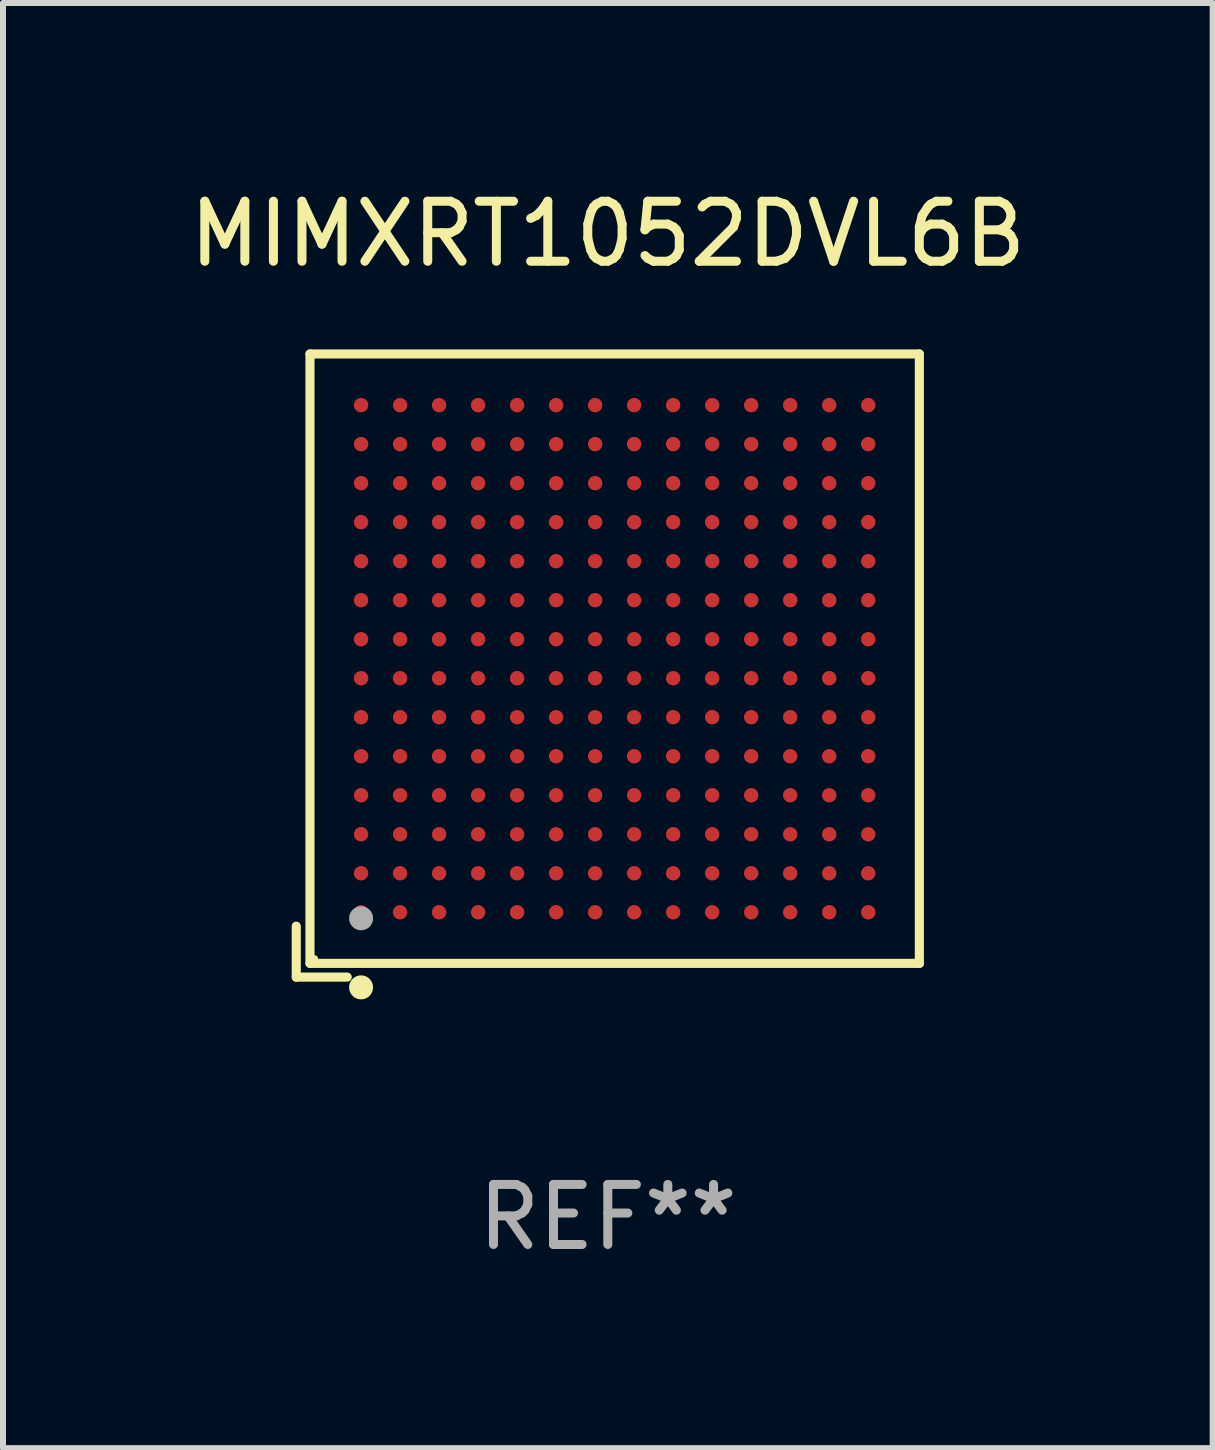
<source format=kicad_pcb>
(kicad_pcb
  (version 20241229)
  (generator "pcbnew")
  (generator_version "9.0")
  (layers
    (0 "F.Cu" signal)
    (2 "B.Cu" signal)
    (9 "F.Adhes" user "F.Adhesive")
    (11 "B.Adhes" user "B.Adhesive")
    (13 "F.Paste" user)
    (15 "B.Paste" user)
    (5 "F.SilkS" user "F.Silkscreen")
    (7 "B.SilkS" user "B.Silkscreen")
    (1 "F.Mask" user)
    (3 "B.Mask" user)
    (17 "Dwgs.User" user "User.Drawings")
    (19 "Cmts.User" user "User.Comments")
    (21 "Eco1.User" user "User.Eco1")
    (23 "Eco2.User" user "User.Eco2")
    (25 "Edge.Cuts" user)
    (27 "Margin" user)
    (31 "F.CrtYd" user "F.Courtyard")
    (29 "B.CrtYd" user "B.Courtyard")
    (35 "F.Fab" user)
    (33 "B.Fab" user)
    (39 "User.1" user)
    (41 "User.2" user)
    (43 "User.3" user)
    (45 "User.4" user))
  (footprint "MIMXRT1052DVL6B"
    (layer "F.Cu")
    (at 7.077 8.039)
    (property "Reference" "MIMXRT1052DVL6B" (at 0 -7.191 0) (layer "F.SilkS") (effects (font (size 1 1) (thickness 0.15))))
    (attr through_hole)
    (fp_line (start -5.191 4.342) (end -5.191 5.191) (stroke (width 0.152) (type solid)) (layer "F.SilkS"))
    (fp_line (start -5.191 5.191) (end -4.342 5.191) (stroke (width 0.152) (type solid)) (layer "F.SilkS"))
    (fp_line (start -4.962 -5.191) (end 5.191 -5.191) (stroke (width 0.152) (type solid)) (layer "F.SilkS"))
    (fp_line (start -4.962 4.962) (end -4.962 -5.191) (stroke (width 0.152) (type solid)) (layer "F.SilkS"))
    (fp_line (start 5.191 -5.191) (end 5.191 4.962) (stroke (width 0.152) (type solid)) (layer "F.SilkS"))
    (fp_line (start 5.191 4.962) (end -4.962 4.962) (stroke (width 0.152) (type solid)) (layer "F.SilkS"))
    (fp_circle (center -4.886 4.886) (end -4.856 4.886) (stroke (width 0.06) (type solid)) (fill no) (layer "F.SilkS"))
    (fp_circle (center -4.111 5.362) (end -4.011 5.362) (stroke (width 0.2) (type solid)) (fill no) (layer "F.SilkS"))
    (fp_circle (center -4.111 4.211) (end -4.011 4.211) (stroke (width 0.2) (type solid)) (fill no) (layer "F.Fab"))
    (fp_text user "REF**" (at 0 9.191 0) (layer "F.Fab") (effects (font (size 1 1) (thickness 0.15))))
    (pad "A1" smd circle (at -4.111 4.111) (size 0.24 0.24) (layers "F.Cu" "F.Mask" "F.Paste"))
    (pad "A2" smd circle (at -4.111 3.461) (size 0.24 0.24) (layers "F.Cu" "F.Mask" "F.Paste"))
    (pad "A3" smd circle (at -4.111 2.811) (size 0.24 0.24) (layers "F.Cu" "F.Mask" "F.Paste"))
    (pad "A4" smd circle (at -4.111 2.161) (size 0.24 0.24) (layers "F.Cu" "F.Mask" "F.Paste"))
    (pad "A5" smd circle (at -4.111 1.511) (size 0.24 0.24) (layers "F.Cu" "F.Mask" "F.Paste"))
    (pad "A6" smd circle (at -4.111 0.861) (size 0.24 0.24) (layers "F.Cu" "F.Mask" "F.Paste"))
    (pad "A7" smd circle (at -4.111 0.211) (size 0.24 0.24) (layers "F.Cu" "F.Mask" "F.Paste"))
    (pad "A8" smd circle (at -4.111 -0.439) (size 0.24 0.24) (layers "F.Cu" "F.Mask" "F.Paste"))
    (pad "A9" smd circle (at -4.111 -1.089) (size 0.24 0.24) (layers "F.Cu" "F.Mask" "F.Paste"))
    (pad "A10" smd circle (at -4.111 -1.739) (size 0.24 0.24) (layers "F.Cu" "F.Mask" "F.Paste"))
    (pad "A11" smd circle (at -4.111 -2.389) (size 0.24 0.24) (layers "F.Cu" "F.Mask" "F.Paste"))
    (pad "A12" smd circle (at -4.111 -3.039) (size 0.24 0.24) (layers "F.Cu" "F.Mask" "F.Paste"))
    (pad "A13" smd circle (at -4.111 -3.689) (size 0.24 0.24) (layers "F.Cu" "F.Mask" "F.Paste"))
    (pad "A14" smd circle (at -4.111 -4.339) (size 0.24 0.24) (layers "F.Cu" "F.Mask" "F.Paste"))
    (pad "B1" smd circle (at -3.461 4.111) (size 0.24 0.24) (layers "F.Cu" "F.Mask" "F.Paste"))
    (pad "B2" smd circle (at -3.461 3.461) (size 0.24 0.24) (layers "F.Cu" "F.Mask" "F.Paste"))
    (pad "B3" smd circle (at -3.461 2.811) (size 0.24 0.24) (layers "F.Cu" "F.Mask" "F.Paste"))
    (pad "B4" smd circle (at -3.461 2.161) (size 0.24 0.24) (layers "F.Cu" "F.Mask" "F.Paste"))
    (pad "B5" smd circle (at -3.461 1.511) (size 0.24 0.24) (layers "F.Cu" "F.Mask" "F.Paste"))
    (pad "B6" smd circle (at -3.461 0.861) (size 0.24 0.24) (layers "F.Cu" "F.Mask" "F.Paste"))
    (pad "B7" smd circle (at -3.461 0.211) (size 0.24 0.24) (layers "F.Cu" "F.Mask" "F.Paste"))
    (pad "B8" smd circle (at -3.461 -0.439) (size 0.24 0.24) (layers "F.Cu" "F.Mask" "F.Paste"))
    (pad "B9" smd circle (at -3.461 -1.089) (size 0.24 0.24) (layers "F.Cu" "F.Mask" "F.Paste"))
    (pad "B10" smd circle (at -3.461 -1.739) (size 0.24 0.24) (layers "F.Cu" "F.Mask" "F.Paste"))
    (pad "B11" smd circle (at -3.461 -2.389) (size 0.24 0.24) (layers "F.Cu" "F.Mask" "F.Paste"))
    (pad "B12" smd circle (at -3.461 -3.039) (size 0.24 0.24) (layers "F.Cu" "F.Mask" "F.Paste"))
    (pad "B13" smd circle (at -3.461 -3.689) (size 0.24 0.24) (layers "F.Cu" "F.Mask" "F.Paste"))
    (pad "B14" smd circle (at -3.461 -4.339) (size 0.24 0.24) (layers "F.Cu" "F.Mask" "F.Paste"))
    (pad "C1" smd circle (at -2.811 4.111) (size 0.24 0.24) (layers "F.Cu" "F.Mask" "F.Paste"))
    (pad "C2" smd circle (at -2.811 3.461) (size 0.24 0.24) (layers "F.Cu" "F.Mask" "F.Paste"))
    (pad "C3" smd circle (at -2.811 2.811) (size 0.24 0.24) (layers "F.Cu" "F.Mask" "F.Paste"))
    (pad "C4" smd circle (at -2.811 2.161) (size 0.24 0.24) (layers "F.Cu" "F.Mask" "F.Paste"))
    (pad "C5" smd circle (at -2.811 1.511) (size 0.24 0.24) (layers "F.Cu" "F.Mask" "F.Paste"))
    (pad "C6" smd circle (at -2.811 0.861) (size 0.24 0.24) (layers "F.Cu" "F.Mask" "F.Paste"))
    (pad "C7" smd circle (at -2.811 0.211) (size 0.24 0.24) (layers "F.Cu" "F.Mask" "F.Paste"))
    (pad "C8" smd circle (at -2.811 -0.439) (size 0.24 0.24) (layers "F.Cu" "F.Mask" "F.Paste"))
    (pad "C9" smd circle (at -2.811 -1.089) (size 0.24 0.24) (layers "F.Cu" "F.Mask" "F.Paste"))
    (pad "C10" smd circle (at -2.811 -1.739) (size 0.24 0.24) (layers "F.Cu" "F.Mask" "F.Paste"))
    (pad "C11" smd circle (at -2.811 -2.389) (size 0.24 0.24) (layers "F.Cu" "F.Mask" "F.Paste"))
    (pad "C12" smd circle (at -2.811 -3.039) (size 0.24 0.24) (layers "F.Cu" "F.Mask" "F.Paste"))
    (pad "C13" smd circle (at -2.811 -3.689) (size 0.24 0.24) (layers "F.Cu" "F.Mask" "F.Paste"))
    (pad "C14" smd circle (at -2.811 -4.339) (size 0.24 0.24) (layers "F.Cu" "F.Mask" "F.Paste"))
    (pad "D1" smd circle (at -2.161 4.111) (size 0.24 0.24) (layers "F.Cu" "F.Mask" "F.Paste"))
    (pad "D2" smd circle (at -2.161 3.461) (size 0.24 0.24) (layers "F.Cu" "F.Mask" "F.Paste"))
    (pad "D3" smd circle (at -2.161 2.811) (size 0.24 0.24) (layers "F.Cu" "F.Mask" "F.Paste"))
    (pad "D4" smd circle (at -2.161 2.161) (size 0.24 0.24) (layers "F.Cu" "F.Mask" "F.Paste"))
    (pad "D5" smd circle (at -2.161 1.511) (size 0.24 0.24) (layers "F.Cu" "F.Mask" "F.Paste"))
    (pad "D6" smd circle (at -2.161 0.861) (size 0.24 0.24) (layers "F.Cu" "F.Mask" "F.Paste"))
    (pad "D7" smd circle (at -2.161 0.211) (size 0.24 0.24) (layers "F.Cu" "F.Mask" "F.Paste"))
    (pad "D8" smd circle (at -2.161 -0.439) (size 0.24 0.24) (layers "F.Cu" "F.Mask" "F.Paste"))
    (pad "D9" smd circle (at -2.161 -1.089) (size 0.24 0.24) (layers "F.Cu" "F.Mask" "F.Paste"))
    (pad "D10" smd circle (at -2.161 -1.739) (size 0.24 0.24) (layers "F.Cu" "F.Mask" "F.Paste"))
    (pad "D11" smd circle (at -2.161 -2.389) (size 0.24 0.24) (layers "F.Cu" "F.Mask" "F.Paste"))
    (pad "D12" smd circle (at -2.161 -3.039) (size 0.24 0.24) (layers "F.Cu" "F.Mask" "F.Paste"))
    (pad "D13" smd circle (at -2.161 -3.689) (size 0.24 0.24) (layers "F.Cu" "F.Mask" "F.Paste"))
    (pad "D14" smd circle (at -2.161 -4.339) (size 0.24 0.24) (layers "F.Cu" "F.Mask" "F.Paste"))
    (pad "E1" smd circle (at -1.511 4.111) (size 0.24 0.24) (layers "F.Cu" "F.Mask" "F.Paste"))
    (pad "E2" smd circle (at -1.511 3.461) (size 0.24 0.24) (layers "F.Cu" "F.Mask" "F.Paste"))
    (pad "E3" smd circle (at -1.511 2.811) (size 0.24 0.24) (layers "F.Cu" "F.Mask" "F.Paste"))
    (pad "E4" smd circle (at -1.511 2.161) (size 0.24 0.24) (layers "F.Cu" "F.Mask" "F.Paste"))
    (pad "E5" smd circle (at -1.511 1.511) (size 0.24 0.24) (layers "F.Cu" "F.Mask" "F.Paste"))
    (pad "E6" smd circle (at -1.511 0.861) (size 0.24 0.24) (layers "F.Cu" "F.Mask" "F.Paste"))
    (pad "E7" smd circle (at -1.511 0.211) (size 0.24 0.24) (layers "F.Cu" "F.Mask" "F.Paste"))
    (pad "E8" smd circle (at -1.511 -0.439) (size 0.24 0.24) (layers "F.Cu" "F.Mask" "F.Paste"))
    (pad "E9" smd circle (at -1.511 -1.089) (size 0.24 0.24) (layers "F.Cu" "F.Mask" "F.Paste"))
    (pad "E10" smd circle (at -1.511 -1.739) (size 0.24 0.24) (layers "F.Cu" "F.Mask" "F.Paste"))
    (pad "E11" smd circle (at -1.511 -2.389) (size 0.24 0.24) (layers "F.Cu" "F.Mask" "F.Paste"))
    (pad "E12" smd circle (at -1.511 -3.039) (size 0.24 0.24) (layers "F.Cu" "F.Mask" "F.Paste"))
    (pad "E13" smd circle (at -1.511 -3.689) (size 0.24 0.24) (layers "F.Cu" "F.Mask" "F.Paste"))
    (pad "E14" smd circle (at -1.511 -4.339) (size 0.24 0.24) (layers "F.Cu" "F.Mask" "F.Paste"))
    (pad "F1" smd circle (at -0.861 4.111) (size 0.24 0.24) (layers "F.Cu" "F.Mask" "F.Paste"))
    (pad "F2" smd circle (at -0.861 3.461) (size 0.24 0.24) (layers "F.Cu" "F.Mask" "F.Paste"))
    (pad "F3" smd circle (at -0.861 2.811) (size 0.24 0.24) (layers "F.Cu" "F.Mask" "F.Paste"))
    (pad "F4" smd circle (at -0.861 2.161) (size 0.24 0.24) (layers "F.Cu" "F.Mask" "F.Paste"))
    (pad "F5" smd circle (at -0.861 1.511) (size 0.24 0.24) (layers "F.Cu" "F.Mask" "F.Paste"))
    (pad "F6" smd circle (at -0.861 0.861) (size 0.24 0.24) (layers "F.Cu" "F.Mask" "F.Paste"))
    (pad "F7" smd circle (at -0.861 0.211) (size 0.24 0.24) (layers "F.Cu" "F.Mask" "F.Paste"))
    (pad "F8" smd circle (at -0.861 -0.439) (size 0.24 0.24) (layers "F.Cu" "F.Mask" "F.Paste"))
    (pad "F9" smd circle (at -0.861 -1.089) (size 0.24 0.24) (layers "F.Cu" "F.Mask" "F.Paste"))
    (pad "F10" smd circle (at -0.861 -1.739) (size 0.24 0.24) (layers "F.Cu" "F.Mask" "F.Paste"))
    (pad "F11" smd circle (at -0.861 -2.389) (size 0.24 0.24) (layers "F.Cu" "F.Mask" "F.Paste"))
    (pad "F12" smd circle (at -0.861 -3.039) (size 0.24 0.24) (layers "F.Cu" "F.Mask" "F.Paste"))
    (pad "F13" smd circle (at -0.861 -3.689) (size 0.24 0.24) (layers "F.Cu" "F.Mask" "F.Paste"))
    (pad "F14" smd circle (at -0.861 -4.339) (size 0.24 0.24) (layers "F.Cu" "F.Mask" "F.Paste"))
    (pad "G1" smd circle (at -0.211 4.111) (size 0.24 0.24) (layers "F.Cu" "F.Mask" "F.Paste"))
    (pad "G2" smd circle (at -0.211 3.461) (size 0.24 0.24) (layers "F.Cu" "F.Mask" "F.Paste"))
    (pad "G3" smd circle (at -0.211 2.811) (size 0.24 0.24) (layers "F.Cu" "F.Mask" "F.Paste"))
    (pad "G4" smd circle (at -0.211 2.161) (size 0.24 0.24) (layers "F.Cu" "F.Mask" "F.Paste"))
    (pad "G5" smd circle (at -0.211 1.511) (size 0.24 0.24) (layers "F.Cu" "F.Mask" "F.Paste"))
    (pad "G6" smd circle (at -0.211 0.861) (size 0.24 0.24) (layers "F.Cu" "F.Mask" "F.Paste"))
    (pad "G7" smd circle (at -0.211 0.211) (size 0.24 0.24) (layers "F.Cu" "F.Mask" "F.Paste"))
    (pad "G8" smd circle (at -0.211 -0.439) (size 0.24 0.24) (layers "F.Cu" "F.Mask" "F.Paste"))
    (pad "G9" smd circle (at -0.211 -1.089) (size 0.24 0.24) (layers "F.Cu" "F.Mask" "F.Paste"))
    (pad "G10" smd circle (at -0.211 -1.739) (size 0.24 0.24) (layers "F.Cu" "F.Mask" "F.Paste"))
    (pad "G11" smd circle (at -0.211 -2.389) (size 0.24 0.24) (layers "F.Cu" "F.Mask" "F.Paste"))
    (pad "G12" smd circle (at -0.211 -3.039) (size 0.24 0.24) (layers "F.Cu" "F.Mask" "F.Paste"))
    (pad "G13" smd circle (at -0.211 -3.689) (size 0.24 0.24) (layers "F.Cu" "F.Mask" "F.Paste"))
    (pad "G14" smd circle (at -0.211 -4.339) (size 0.24 0.24) (layers "F.Cu" "F.Mask" "F.Paste"))
    (pad "H1" smd circle (at 0.439 4.111) (size 0.24 0.24) (layers "F.Cu" "F.Mask" "F.Paste"))
    (pad "H2" smd circle (at 0.439 3.461) (size 0.24 0.24) (layers "F.Cu" "F.Mask" "F.Paste"))
    (pad "H3" smd circle (at 0.439 2.811) (size 0.24 0.24) (layers "F.Cu" "F.Mask" "F.Paste"))
    (pad "H4" smd circle (at 0.439 2.161) (size 0.24 0.24) (layers "F.Cu" "F.Mask" "F.Paste"))
    (pad "H5" smd circle (at 0.439 1.511) (size 0.24 0.24) (layers "F.Cu" "F.Mask" "F.Paste"))
    (pad "H6" smd circle (at 0.439 0.861) (size 0.24 0.24) (layers "F.Cu" "F.Mask" "F.Paste"))
    (pad "H7" smd circle (at 0.439 0.211) (size 0.24 0.24) (layers "F.Cu" "F.Mask" "F.Paste"))
    (pad "H8" smd circle (at 0.439 -0.439) (size 0.24 0.24) (layers "F.Cu" "F.Mask" "F.Paste"))
    (pad "H9" smd circle (at 0.439 -1.089) (size 0.24 0.24) (layers "F.Cu" "F.Mask" "F.Paste"))
    (pad "H10" smd circle (at 0.439 -1.739) (size 0.24 0.24) (layers "F.Cu" "F.Mask" "F.Paste"))
    (pad "H11" smd circle (at 0.439 -2.389) (size 0.24 0.24) (layers "F.Cu" "F.Mask" "F.Paste"))
    (pad "H12" smd circle (at 0.439 -3.039) (size 0.24 0.24) (layers "F.Cu" "F.Mask" "F.Paste"))
    (pad "H13" smd circle (at 0.439 -3.689) (size 0.24 0.24) (layers "F.Cu" "F.Mask" "F.Paste"))
    (pad "H14" smd circle (at 0.439 -4.339) (size 0.24 0.24) (layers "F.Cu" "F.Mask" "F.Paste"))
    (pad "J1" smd circle (at 1.089 4.111) (size 0.24 0.24) (layers "F.Cu" "F.Mask" "F.Paste"))
    (pad "J2" smd circle (at 1.089 3.461) (size 0.24 0.24) (layers "F.Cu" "F.Mask" "F.Paste"))
    (pad "J3" smd circle (at 1.089 2.811) (size 0.24 0.24) (layers "F.Cu" "F.Mask" "F.Paste"))
    (pad "J4" smd circle (at 1.089 2.161) (size 0.24 0.24) (layers "F.Cu" "F.Mask" "F.Paste"))
    (pad "J5" smd circle (at 1.089 1.511) (size 0.24 0.24) (layers "F.Cu" "F.Mask" "F.Paste"))
    (pad "J6" smd circle (at 1.089 0.861) (size 0.24 0.24) (layers "F.Cu" "F.Mask" "F.Paste"))
    (pad "J7" smd circle (at 1.089 0.211) (size 0.24 0.24) (layers "F.Cu" "F.Mask" "F.Paste"))
    (pad "J8" smd circle (at 1.089 -0.439) (size 0.24 0.24) (layers "F.Cu" "F.Mask" "F.Paste"))
    (pad "J9" smd circle (at 1.089 -1.089) (size 0.24 0.24) (layers "F.Cu" "F.Mask" "F.Paste"))
    (pad "J10" smd circle (at 1.089 -1.739) (size 0.24 0.24) (layers "F.Cu" "F.Mask" "F.Paste"))
    (pad "J11" smd circle (at 1.089 -2.389) (size 0.24 0.24) (layers "F.Cu" "F.Mask" "F.Paste"))
    (pad "J12" smd circle (at 1.089 -3.039) (size 0.24 0.24) (layers "F.Cu" "F.Mask" "F.Paste"))
    (pad "J13" smd circle (at 1.089 -3.689) (size 0.24 0.24) (layers "F.Cu" "F.Mask" "F.Paste"))
    (pad "J14" smd circle (at 1.089 -4.339) (size 0.24 0.24) (layers "F.Cu" "F.Mask" "F.Paste"))
    (pad "K1" smd circle (at 1.739 4.111) (size 0.24 0.24) (layers "F.Cu" "F.Mask" "F.Paste"))
    (pad "K2" smd circle (at 1.739 3.461) (size 0.24 0.24) (layers "F.Cu" "F.Mask" "F.Paste"))
    (pad "K3" smd circle (at 1.739 2.811) (size 0.24 0.24) (layers "F.Cu" "F.Mask" "F.Paste"))
    (pad "K4" smd circle (at 1.739 2.161) (size 0.24 0.24) (layers "F.Cu" "F.Mask" "F.Paste"))
    (pad "K5" smd circle (at 1.739 1.511) (size 0.24 0.24) (layers "F.Cu" "F.Mask" "F.Paste"))
    (pad "K6" smd circle (at 1.739 0.861) (size 0.24 0.24) (layers "F.Cu" "F.Mask" "F.Paste"))
    (pad "K7" smd circle (at 1.739 0.211) (size 0.24 0.24) (layers "F.Cu" "F.Mask" "F.Paste"))
    (pad "K8" smd circle (at 1.739 -0.439) (size 0.24 0.24) (layers "F.Cu" "F.Mask" "F.Paste"))
    (pad "K9" smd circle (at 1.739 -1.089) (size 0.24 0.24) (layers "F.Cu" "F.Mask" "F.Paste"))
    (pad "K10" smd circle (at 1.739 -1.739) (size 0.24 0.24) (layers "F.Cu" "F.Mask" "F.Paste"))
    (pad "K11" smd circle (at 1.739 -2.389) (size 0.24 0.24) (layers "F.Cu" "F.Mask" "F.Paste"))
    (pad "K12" smd circle (at 1.739 -3.039) (size 0.24 0.24) (layers "F.Cu" "F.Mask" "F.Paste"))
    (pad "K13" smd circle (at 1.739 -3.689) (size 0.24 0.24) (layers "F.Cu" "F.Mask" "F.Paste"))
    (pad "K14" smd circle (at 1.739 -4.339) (size 0.24 0.24) (layers "F.Cu" "F.Mask" "F.Paste"))
    (pad "L1" smd circle (at 2.389 4.111) (size 0.24 0.24) (layers "F.Cu" "F.Mask" "F.Paste"))
    (pad "L2" smd circle (at 2.389 3.461) (size 0.24 0.24) (layers "F.Cu" "F.Mask" "F.Paste"))
    (pad "L3" smd circle (at 2.389 2.811) (size 0.24 0.24) (layers "F.Cu" "F.Mask" "F.Paste"))
    (pad "L4" smd circle (at 2.389 2.161) (size 0.24 0.24) (layers "F.Cu" "F.Mask" "F.Paste"))
    (pad "L5" smd circle (at 2.389 1.511) (size 0.24 0.24) (layers "F.Cu" "F.Mask" "F.Paste"))
    (pad "L6" smd circle (at 2.389 0.861) (size 0.24 0.24) (layers "F.Cu" "F.Mask" "F.Paste"))
    (pad "L7" smd circle (at 2.389 0.211) (size 0.24 0.24) (layers "F.Cu" "F.Mask" "F.Paste"))
    (pad "L8" smd circle (at 2.389 -0.439) (size 0.24 0.24) (layers "F.Cu" "F.Mask" "F.Paste"))
    (pad "L9" smd circle (at 2.389 -1.089) (size 0.24 0.24) (layers "F.Cu" "F.Mask" "F.Paste"))
    (pad "L10" smd circle (at 2.389 -1.739) (size 0.24 0.24) (layers "F.Cu" "F.Mask" "F.Paste"))
    (pad "L11" smd circle (at 2.389 -2.389) (size 0.24 0.24) (layers "F.Cu" "F.Mask" "F.Paste"))
    (pad "L12" smd circle (at 2.389 -3.039) (size 0.24 0.24) (layers "F.Cu" "F.Mask" "F.Paste"))
    (pad "L13" smd circle (at 2.389 -3.689) (size 0.24 0.24) (layers "F.Cu" "F.Mask" "F.Paste"))
    (pad "L14" smd circle (at 2.389 -4.339) (size 0.24 0.24) (layers "F.Cu" "F.Mask" "F.Paste"))
    (pad "M1" smd circle (at 3.039 4.111) (size 0.24 0.24) (layers "F.Cu" "F.Mask" "F.Paste"))
    (pad "M2" smd circle (at 3.039 3.461) (size 0.24 0.24) (layers "F.Cu" "F.Mask" "F.Paste"))
    (pad "M3" smd circle (at 3.039 2.811) (size 0.24 0.24) (layers "F.Cu" "F.Mask" "F.Paste"))
    (pad "M4" smd circle (at 3.039 2.161) (size 0.24 0.24) (layers "F.Cu" "F.Mask" "F.Paste"))
    (pad "M5" smd circle (at 3.039 1.511) (size 0.24 0.24) (layers "F.Cu" "F.Mask" "F.Paste"))
    (pad "M6" smd circle (at 3.039 0.861) (size 0.24 0.24) (layers "F.Cu" "F.Mask" "F.Paste"))
    (pad "M7" smd circle (at 3.039 0.211) (size 0.24 0.24) (layers "F.Cu" "F.Mask" "F.Paste"))
    (pad "M8" smd circle (at 3.039 -0.439) (size 0.24 0.24) (layers "F.Cu" "F.Mask" "F.Paste"))
    (pad "M9" smd circle (at 3.039 -1.089) (size 0.24 0.24) (layers "F.Cu" "F.Mask" "F.Paste"))
    (pad "M10" smd circle (at 3.039 -1.739) (size 0.24 0.24) (layers "F.Cu" "F.Mask" "F.Paste"))
    (pad "M11" smd circle (at 3.039 -2.389) (size 0.24 0.24) (layers "F.Cu" "F.Mask" "F.Paste"))
    (pad "M12" smd circle (at 3.039 -3.039) (size 0.24 0.24) (layers "F.Cu" "F.Mask" "F.Paste"))
    (pad "M13" smd circle (at 3.039 -3.689) (size 0.24 0.24) (layers "F.Cu" "F.Mask" "F.Paste"))
    (pad "M14" smd circle (at 3.039 -4.339) (size 0.24 0.24) (layers "F.Cu" "F.Mask" "F.Paste"))
    (pad "N1" smd circle (at 3.689 4.111) (size 0.24 0.24) (layers "F.Cu" "F.Mask" "F.Paste"))
    (pad "N2" smd circle (at 3.689 3.461) (size 0.24 0.24) (layers "F.Cu" "F.Mask" "F.Paste"))
    (pad "N3" smd circle (at 3.689 2.811) (size 0.24 0.24) (layers "F.Cu" "F.Mask" "F.Paste"))
    (pad "N4" smd circle (at 3.689 2.161) (size 0.24 0.24) (layers "F.Cu" "F.Mask" "F.Paste"))
    (pad "N5" smd circle (at 3.689 1.511) (size 0.24 0.24) (layers "F.Cu" "F.Mask" "F.Paste"))
    (pad "N6" smd circle (at 3.689 0.861) (size 0.24 0.24) (layers "F.Cu" "F.Mask" "F.Paste"))
    (pad "N7" smd circle (at 3.689 0.211) (size 0.24 0.24) (layers "F.Cu" "F.Mask" "F.Paste"))
    (pad "N8" smd circle (at 3.689 -0.439) (size 0.24 0.24) (layers "F.Cu" "F.Mask" "F.Paste"))
    (pad "N9" smd circle (at 3.689 -1.089) (size 0.24 0.24) (layers "F.Cu" "F.Mask" "F.Paste"))
    (pad "N10" smd circle (at 3.689 -1.739) (size 0.24 0.24) (layers "F.Cu" "F.Mask" "F.Paste"))
    (pad "N11" smd circle (at 3.689 -2.389) (size 0.24 0.24) (layers "F.Cu" "F.Mask" "F.Paste"))
    (pad "N12" smd circle (at 3.689 -3.039) (size 0.24 0.24) (layers "F.Cu" "F.Mask" "F.Paste"))
    (pad "N13" smd circle (at 3.689 -3.689) (size 0.24 0.24) (layers "F.Cu" "F.Mask" "F.Paste"))
    (pad "N14" smd circle (at 3.689 -4.339) (size 0.24 0.24) (layers "F.Cu" "F.Mask" "F.Paste"))
    (pad "P1" smd circle (at 4.339 4.111) (size 0.24 0.24) (layers "F.Cu" "F.Mask" "F.Paste"))
    (pad "P2" smd circle (at 4.339 3.461) (size 0.24 0.24) (layers "F.Cu" "F.Mask" "F.Paste"))
    (pad "P3" smd circle (at 4.339 2.811) (size 0.24 0.24) (layers "F.Cu" "F.Mask" "F.Paste"))
    (pad "P4" smd circle (at 4.339 2.161) (size 0.24 0.24) (layers "F.Cu" "F.Mask" "F.Paste"))
    (pad "P5" smd circle (at 4.339 1.511) (size 0.24 0.24) (layers "F.Cu" "F.Mask" "F.Paste"))
    (pad "P6" smd circle (at 4.339 0.861) (size 0.24 0.24) (layers "F.Cu" "F.Mask" "F.Paste"))
    (pad "P7" smd circle (at 4.339 0.211) (size 0.24 0.24) (layers "F.Cu" "F.Mask" "F.Paste"))
    (pad "P8" smd circle (at 4.339 -0.439) (size 0.24 0.24) (layers "F.Cu" "F.Mask" "F.Paste"))
    (pad "P9" smd circle (at 4.339 -1.089) (size 0.24 0.24) (layers "F.Cu" "F.Mask" "F.Paste"))
    (pad "P10" smd circle (at 4.339 -1.739) (size 0.24 0.24) (layers "F.Cu" "F.Mask" "F.Paste"))
    (pad "P11" smd circle (at 4.339 -2.389) (size 0.24 0.24) (layers "F.Cu" "F.Mask" "F.Paste"))
    (pad "P12" smd circle (at 4.339 -3.039) (size 0.24 0.24) (layers "F.Cu" "F.Mask" "F.Paste"))
    (pad "P13" smd circle (at 4.339 -3.689) (size 0.24 0.24) (layers "F.Cu" "F.Mask" "F.Paste"))
    (pad "P14" smd circle (at 4.339 -4.339) (size 0.24 0.24) (layers "F.Cu" "F.Mask" "F.Paste")))
  (gr_rect
    (start -3 -3)
    (end 17.155 21.078)
    (stroke (width 0.1) (type default))
    (fill no)
    (layer "Edge.Cuts")))
</source>
